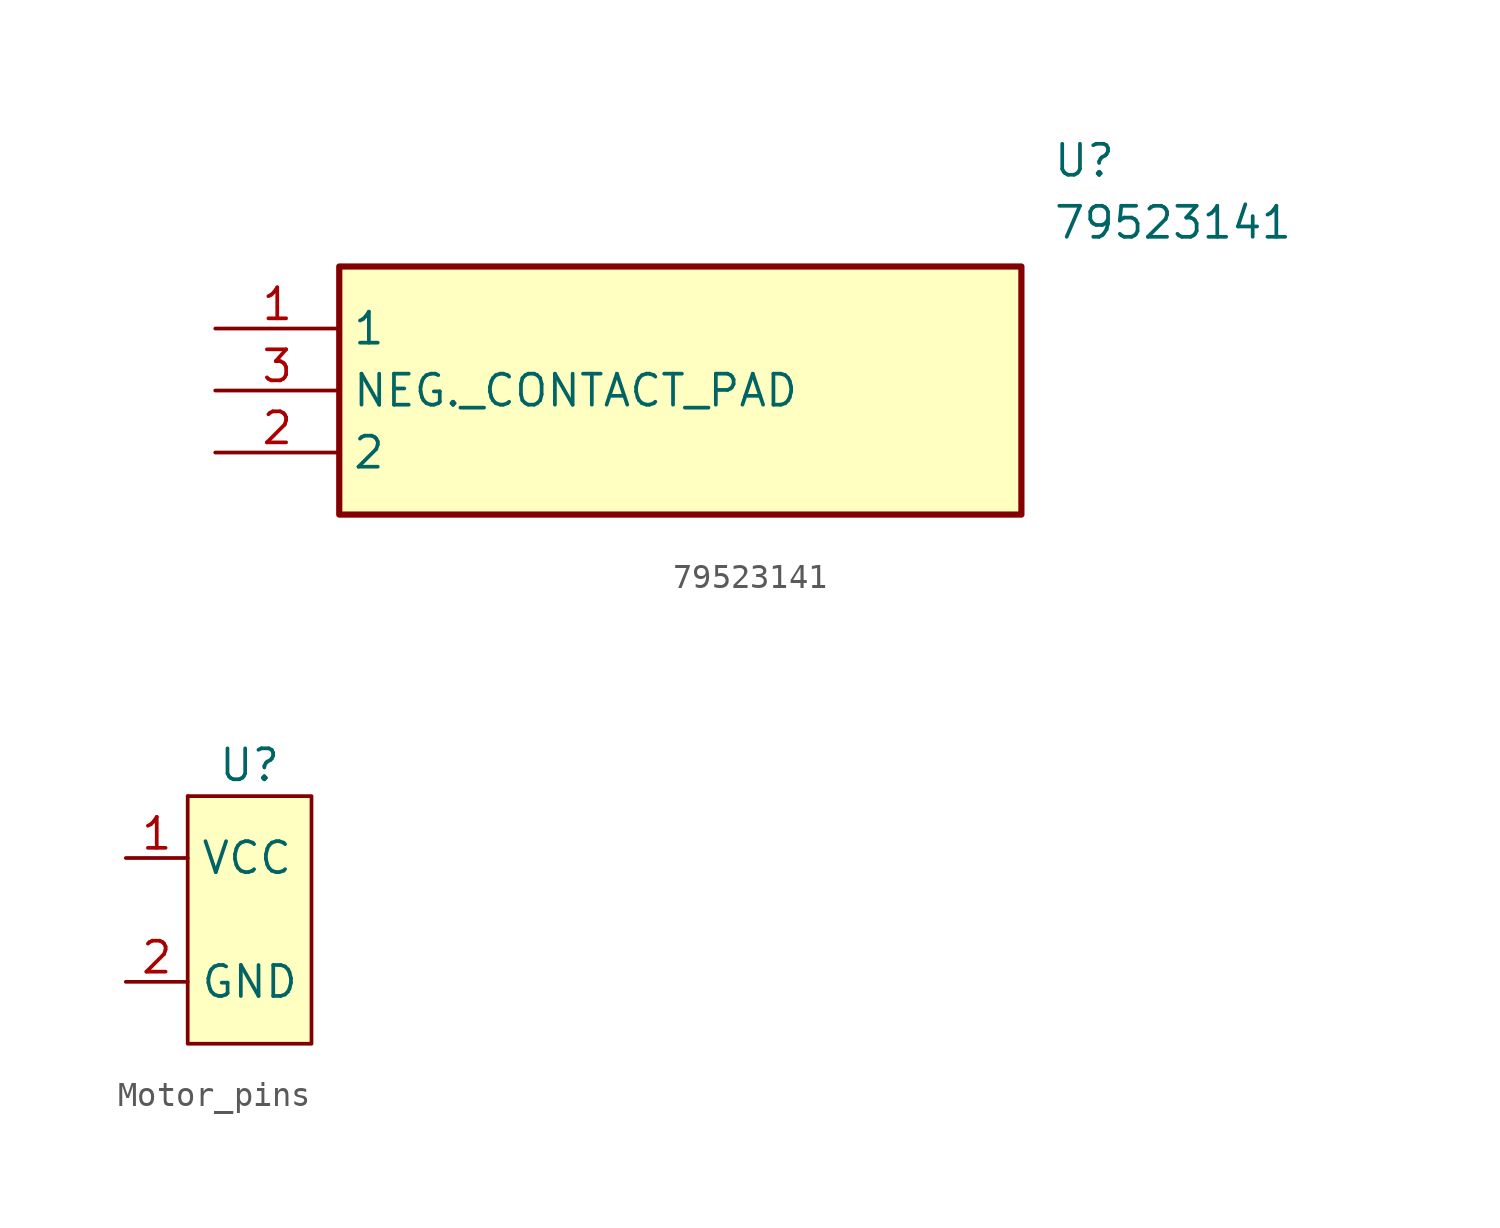
<source format=kicad_sym>
(kicad_symbol_lib
  (version 20241209)
  (generator "kicad_symbol_editor")
  (generator_version "9.0")
  (symbol "79523141"
    (property "Reference" "U"
      (at 34.29 7.62 0)
      (effects (font (size 1.27 1.27)) (justify left top)))
    (property "Value" "79523141"
      (at 34.29 5.08 0)
      (effects (font (size 1.27 1.27)) (justify left top)))
    (symbol "79523141_1_1"
      (rectangle (start 5.08 2.54) (end 33.02 -7.62) (stroke (width 0.254) (type default)) (fill (type background)))
      (pin passive line (at 0 0 0) (length 5.08) (name "1" (effects (font (size 1.27 1.27)))) (number "1" (effects (font (size 1.27 1.27)))))
      (pin passive line (at 0 -2.54 0) (length 5.08) (name "NEG._CONTACT_PAD" (effects (font (size 1.27 1.27)))) (number "3" (effects (font (size 1.27 1.27)))))
      (pin passive line (at 0 -5.08 0) (length 5.08) (name "2" (effects (font (size 1.27 1.27)))) (number "2" (effects (font (size 1.27 1.27)))))))
  (symbol "Motor_pins"
    (property "Reference" "U"
      (at 0 3.81 0)
      (effects (font (size 1.27 1.27))))
    (property "Value" ""
      (at 0 0 0)
      (effects (font (size 1.27 1.27))))
    (symbol "Motor_pins_0_1"
      (rectangle (start -2.54 2.54) (end -2.54 2.54) (stroke (width 0) (type default)) (fill (type none))))
    (symbol "Motor_pins_1_1"
      (rectangle (start -2.54 2.54) (end 2.54 -7.62) (stroke (width 0) (type solid)) (fill (type color) (color 255 255 194 1)))
      (pin input line (at -5.08 0 0) (length 2.54) (name "VCC" (effects (font (size 1.27 1.27)))) (number "1" (effects (font (size 1.27 1.27)))))
      (pin input line (at -5.08 -5.08 0) (length 2.54) (name "GND" (effects (font (size 1.27 1.27)))) (number "2" (effects (font (size 1.27 1.27))))))))
</source>
